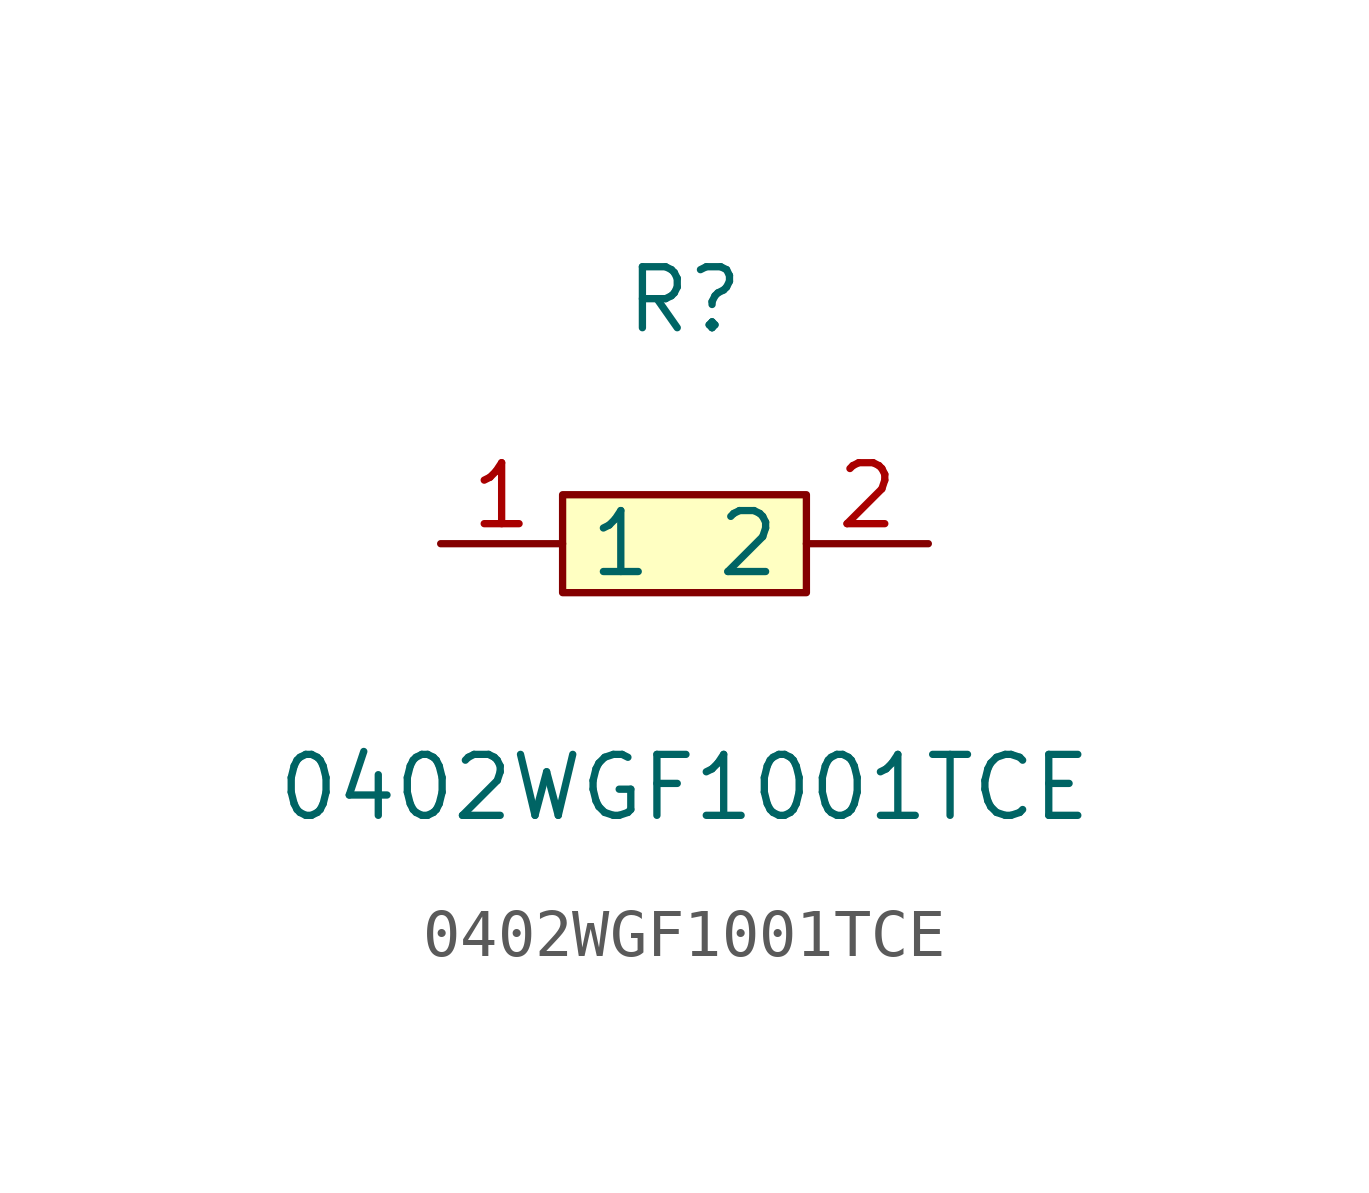
<source format=kicad_sym>
(kicad_symbol_lib
  (version 1)
  (generator "faebryk")
  (symbol "0402WGF1001TCE"
    (property "Reference" "R"
      (at 0 5.08 0)
      (effects (font (size 1.27 1.27)) (hide no)))
    (property "Value" "0402WGF1001TCE"
      (at 0 -5.08 0)
      (effects (font (size 1.27 1.27)) (hide no)))
    (symbol "0402WGF1001TCE_0_1"
      (rectangle (start -2.54 1.02) (end 2.54 -1.02) (stroke (width 0) (type default) (color 0 0 0 0)) (fill (type background)))
      (pin input line (at 5.08 0 180) (length 2.54) (name "2" (effects (font (size 1.27 1.27)) (hide no))) (number "2" (effects (font (size 1.27 1.27)) (hide no))))
      (pin input line (at -5.08 0 0) (length 2.54) (name "1" (effects (font (size 1.27 1.27)) (hide no))) (number "1" (effects (font (size 1.27 1.27)) (hide no)))))))
</source>
